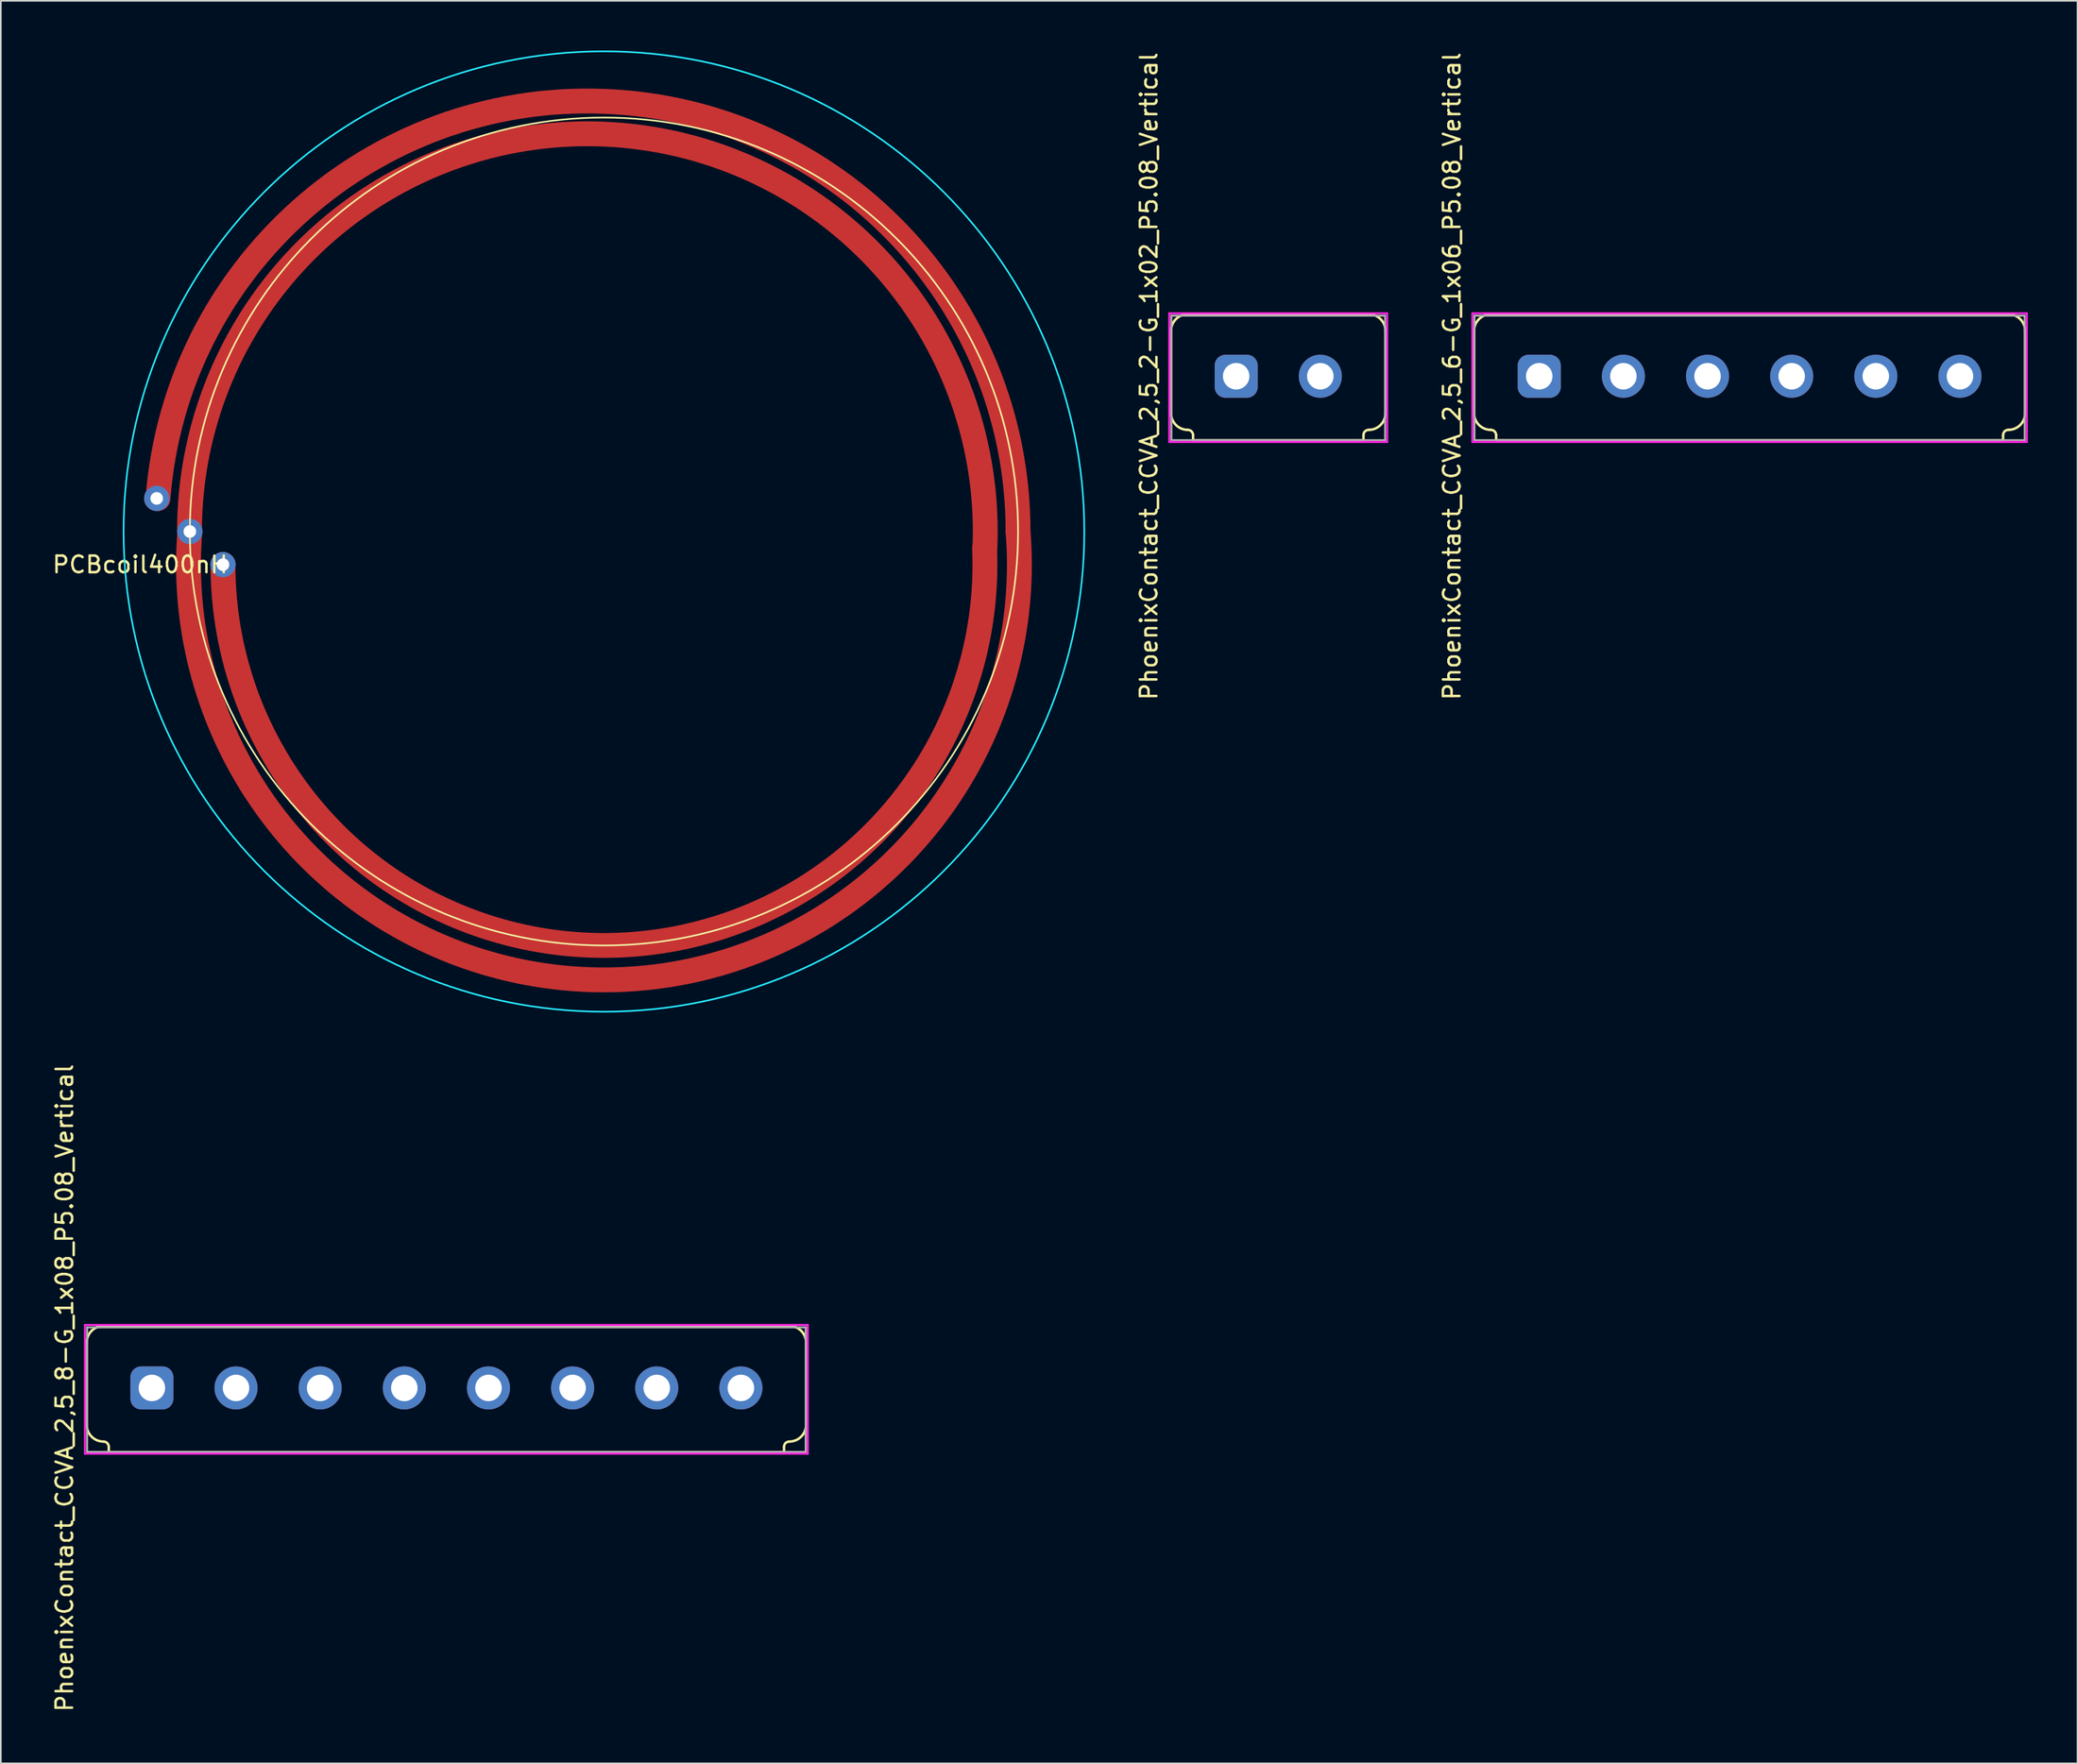
<source format=kicad_pcb>
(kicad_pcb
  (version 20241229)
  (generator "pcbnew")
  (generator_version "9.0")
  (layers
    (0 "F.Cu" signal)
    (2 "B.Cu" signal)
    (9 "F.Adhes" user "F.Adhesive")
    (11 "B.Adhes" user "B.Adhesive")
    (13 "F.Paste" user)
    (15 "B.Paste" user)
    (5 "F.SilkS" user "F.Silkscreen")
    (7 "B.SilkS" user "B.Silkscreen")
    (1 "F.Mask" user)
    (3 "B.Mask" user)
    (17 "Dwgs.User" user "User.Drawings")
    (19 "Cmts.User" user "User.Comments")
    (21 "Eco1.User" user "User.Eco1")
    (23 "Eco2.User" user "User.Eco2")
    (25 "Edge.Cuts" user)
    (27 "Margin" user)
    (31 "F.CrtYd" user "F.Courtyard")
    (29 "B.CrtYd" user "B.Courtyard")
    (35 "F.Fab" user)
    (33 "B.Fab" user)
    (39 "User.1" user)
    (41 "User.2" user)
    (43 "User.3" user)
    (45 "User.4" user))
  (footprint "PhoenixContact_CCVA_2,5_8-G_1x08_P5.08_Vertical"
    (layer "F.Cu")
    (at 6.119 80.773)
    (property "Reference" "PhoenixContact_CCVA_2,5_8-G_1x08_P5.08_Vertical" (at -5.271 0 90) (layer "F.SilkS") (effects (font (size 1 1) (thickness 0.15))))
    (attr smd)
    (fp_line (start -3.937 -2.731) (end -3.937 2.223) (stroke (width 0.15) (type solid)) (layer "F.SilkS"))
    (fp_line (start -2.603 3.556) (end -2.603 3.873) (stroke (width 0.15) (type solid)) (layer "F.SilkS"))
    (fp_line (start -2.603 3.873) (end 38.163 3.873) (stroke (width 0.15) (type solid)) (layer "F.SilkS"))
    (fp_line (start 38.163 3.556) (end 38.163 3.873) (stroke (width 0.15) (type solid)) (layer "F.SilkS"))
    (fp_line (start 38.481 -3.747) (end -2.921 -3.747) (stroke (width 0.15) (type solid)) (layer "F.SilkS"))
    (fp_line (start 39.497 2.223) (end 39.497 -2.731) (stroke (width 0.15) (type solid)) (layer "F.SilkS"))
    (fp_arc (start -3.937 -2.7305) (mid -3.63942 -3.44892) (end -2.921 -3.7465) (stroke (width 0.15) (type solid)) (layer "F.SilkS"))
    (fp_arc (start -2.921 3.2385) (mid -3.63942 2.94092) (end -3.937 2.2225) (stroke (width 0.15) (type solid)) (layer "F.SilkS"))
    (fp_arc (start -2.921 3.2385) (mid -2.696494 3.331494) (end -2.6035 3.556) (stroke (width 0.15) (type solid)) (layer "F.SilkS"))
    (fp_arc (start 38.1635 3.556) (mid 38.256494 3.331494) (end 38.481 3.2385) (stroke (width 0.15) (type solid)) (layer "F.SilkS"))
    (fp_arc (start 38.481 -3.7465) (mid 39.19942 -3.44892) (end 39.497 -2.7305) (stroke (width 0.15) (type solid)) (layer "F.SilkS"))
    (fp_arc (start 39.497 2.2225) (mid 39.19942 2.94092) (end 38.481 3.2385) (stroke (width 0.15) (type solid)) (layer "F.SilkS"))
    (fp_line (start -4.04 -3.802) (end 39.597 -3.802) (stroke (width 0.12) (type solid)) (layer "F.CrtYd"))
    (fp_line (start -4.04 3.97) (end -4.04 -3.802) (stroke (width 0.12) (type solid)) (layer "F.CrtYd"))
    (fp_line (start 39.597 -3.802) (end 39.597 3.97) (stroke (width 0.12) (type solid)) (layer "F.CrtYd"))
    (fp_line (start 39.597 3.97) (end -4.04 3.97) (stroke (width 0.12) (type solid)) (layer "F.CrtYd"))
    (fp_line (start -3.912 -3.658) (end -3.912 3.861) (stroke (width 0.12) (type solid)) (layer "F.Fab"))
    (fp_line (start -3.912 3.861) (end 39.472 3.861) (stroke (width 0.12) (type solid)) (layer "F.Fab"))
    (fp_line (start 39.472 -3.658) (end -3.912 -3.658) (stroke (width 0.12) (type solid)) (layer "F.Fab"))
    (fp_line (start 39.472 3.861) (end 39.472 -3.658) (stroke (width 0.12) (type solid)) (layer "F.Fab"))
    (pad "1" thru_hole roundrect (at 0 0) (size 2.6 2.6) (drill 1.6) (layers "*.Cu" "*.Mask" "F.Paste") (roundrect_rratio 0.25))
    (pad "2" thru_hole circle (at 5.08 0) (size 2.6 2.6) (drill 1.6) (layers "*.Cu" "*.Mask" "F.Paste"))
    (pad "3" thru_hole circle (at 10.16 0) (size 2.6 2.6) (drill 1.6) (layers "*.Cu" "*.Mask" "F.Paste"))
    (pad "4" thru_hole circle (at 15.24 0) (size 2.6 2.6) (drill 1.6) (layers "*.Cu" "*.Mask" "F.Paste"))
    (pad "5" thru_hole circle (at 20.32 0) (size 2.6 2.6) (drill 1.6) (layers "*.Cu" "*.Mask" "F.Paste"))
    (pad "6" thru_hole circle (at 25.4 0) (size 2.6 2.6) (drill 1.6) (layers "*.Cu" "*.Mask" "F.Paste"))
    (pad "7" thru_hole circle (at 30.48 0) (size 2.6 2.6) (drill 1.6) (layers "*.Cu" "*.Mask" "F.Paste"))
    (pad "8" thru_hole circle (at 35.56 0) (size 2.6 2.6) (drill 1.6) (layers "*.Cu" "*.Mask" "F.Paste")))
  (footprint "PCBcoil400nH"
    (layer "F.Cu")
    (at 8.411 29.05)
    (property "Reference" "PCBcoil400nH" (at -3 2 0) (layer "F.SilkS") (effects (font (size 1 1) (thickness 0.15))))
    (attr through_hole)
    (fp_arc (start -1.923417 -1.994109) (mid 24.99779 -25.980847) (end 50 0) (stroke (width 1.5) (type solid)) (layer "F.Cu"))
    (fp_arc (start -0.020824 0) (mid 24.500108 -24.015617) (end 48 1) (stroke (width 1.5) (type solid)) (layer "F.Cu"))
    (fp_arc (start 47.978292 1.000944) (mid 25.499646 24.994573) (end 2 2) (stroke (width 1.5) (type solid)) (layer "F.Cu"))
    (fp_arc (start 50 0) (mid 25 27.079872) (end 0 0) (stroke (width 1.5) (type solid)) (layer "F.Cu"))
    (fp_circle (center 25 0) (end 0 0) (stroke (width 0.1) (type solid)) (fill no) (layer "F.SilkS"))
    (fp_circle (center 25 0) (end 54 0) (stroke (width 0.1) (type solid)) (fill no) (layer "B.CrtYd"))
    (pad "1" thru_hole circle (at 2 2) (size 1.524 1.524) (drill 0.762) (layers "*.Cu" "*.Mask"))
    (pad "2" thru_hole circle (at 0 0) (size 1.524 1.524) (drill 0.762) (layers "*.Cu" "*.Mask"))
    (pad "3" thru_hole circle (at -2 -2) (size 1.524 1.524) (drill 0.762) (layers "*.Cu" "*.Mask")))
  (footprint "PhoenixContact_CCVA_2,5_6-G_1x06_P5.08_Vertical"
    (layer "F.Cu")
    (at 89.875 19.673)
    (property "Reference" "PhoenixContact_CCVA_2,5_6-G_1x06_P5.08_Vertical" (at -5.271 0 90) (layer "F.SilkS") (effects (font (size 1 1) (thickness 0.15))))
    (attr smd)
    (fp_line (start -3.937 -2.731) (end -3.937 2.223) (stroke (width 0.15) (type solid)) (layer "F.SilkS"))
    (fp_line (start -2.603 3.556) (end -2.603 3.873) (stroke (width 0.15) (type solid)) (layer "F.SilkS"))
    (fp_line (start -2.603 3.873) (end 28.003 3.873) (stroke (width 0.15) (type solid)) (layer "F.SilkS"))
    (fp_line (start 28.003 3.556) (end 28.003 3.873) (stroke (width 0.15) (type solid)) (layer "F.SilkS"))
    (fp_line (start 28.321 -3.747) (end -2.921 -3.747) (stroke (width 0.15) (type solid)) (layer "F.SilkS"))
    (fp_line (start 29.337 2.223) (end 29.337 -2.731) (stroke (width 0.15) (type solid)) (layer "F.SilkS"))
    (fp_arc (start -3.937 -2.7305) (mid -3.63942 -3.44892) (end -2.921 -3.7465) (stroke (width 0.15) (type solid)) (layer "F.SilkS"))
    (fp_arc (start -2.921 3.2385) (mid -3.63942 2.94092) (end -3.937 2.2225) (stroke (width 0.15) (type solid)) (layer "F.SilkS"))
    (fp_arc (start -2.921 3.2385) (mid -2.696494 3.331494) (end -2.6035 3.556) (stroke (width 0.15) (type solid)) (layer "F.SilkS"))
    (fp_arc (start 28.0035 3.556) (mid 28.096494 3.331494) (end 28.321 3.2385) (stroke (width 0.15) (type solid)) (layer "F.SilkS"))
    (fp_arc (start 28.321 -3.7465) (mid 29.03942 -3.44892) (end 29.337 -2.7305) (stroke (width 0.15) (type solid)) (layer "F.SilkS"))
    (fp_arc (start 29.337 2.2225) (mid 29.03942 2.94092) (end 28.321 3.2385) (stroke (width 0.15) (type solid)) (layer "F.SilkS"))
    (fp_line (start -4.04 -3.802) (end 29.437 -3.802) (stroke (width 0.12) (type solid)) (layer "F.CrtYd"))
    (fp_line (start -4.04 3.97) (end -4.04 -3.802) (stroke (width 0.12) (type solid)) (layer "F.CrtYd"))
    (fp_line (start 29.437 -3.802) (end 29.437 3.97) (stroke (width 0.12) (type solid)) (layer "F.CrtYd"))
    (fp_line (start 29.437 3.97) (end -4.04 3.97) (stroke (width 0.12) (type solid)) (layer "F.CrtYd"))
    (fp_line (start -3.912 -3.658) (end -3.912 3.861) (stroke (width 0.12) (type solid)) (layer "F.Fab"))
    (fp_line (start -3.912 3.861) (end 29.312 3.861) (stroke (width 0.12) (type solid)) (layer "F.Fab"))
    (fp_line (start 29.312 -3.658) (end -3.912 -3.658) (stroke (width 0.12) (type solid)) (layer "F.Fab"))
    (fp_line (start 29.312 3.861) (end 29.312 -3.658) (stroke (width 0.12) (type solid)) (layer "F.Fab"))
    (pad "1" thru_hole roundrect (at 0 0) (size 2.6 2.6) (drill 1.6) (layers "*.Cu" "*.Mask" "F.Paste") (roundrect_rratio 0.25))
    (pad "2" thru_hole circle (at 5.08 0) (size 2.6 2.6) (drill 1.6) (layers "*.Cu" "*.Mask" "F.Paste"))
    (pad "3" thru_hole circle (at 10.16 0) (size 2.6 2.6) (drill 1.6) (layers "*.Cu" "*.Mask" "F.Paste"))
    (pad "4" thru_hole circle (at 15.24 0) (size 2.6 2.6) (drill 1.6) (layers "*.Cu" "*.Mask" "F.Paste"))
    (pad "5" thru_hole circle (at 20.32 0) (size 2.6 2.6) (drill 1.6) (layers "*.Cu" "*.Mask" "F.Paste"))
    (pad "6" thru_hole circle (at 25.4 0) (size 2.6 2.6) (drill 1.6) (layers "*.Cu" "*.Mask" "F.Paste")))
  (footprint "PhoenixContact_CCVA_2,5_2-G_1x02_P5.08_Vertical"
    (layer "F.Cu")
    (at 71.579 19.673)
    (property "Reference" "PhoenixContact_CCVA_2,5_2-G_1x02_P5.08_Vertical" (at -5.271 0 90) (layer "F.SilkS") (effects (font (size 1 1) (thickness 0.15))))
    (attr smd)
    (fp_line (start -3.937 -2.731) (end -3.937 2.223) (stroke (width 0.15) (type solid)) (layer "F.SilkS"))
    (fp_line (start -2.603 3.556) (end -2.603 3.873) (stroke (width 0.15) (type solid)) (layer "F.SilkS"))
    (fp_line (start -2.603 3.873) (end 7.684 3.873) (stroke (width 0.15) (type solid)) (layer "F.SilkS"))
    (fp_line (start 7.684 3.556) (end 7.684 3.873) (stroke (width 0.15) (type solid)) (layer "F.SilkS"))
    (fp_line (start 8.001 -3.747) (end -2.921 -3.747) (stroke (width 0.15) (type solid)) (layer "F.SilkS"))
    (fp_line (start 9.017 2.223) (end 9.017 -2.731) (stroke (width 0.15) (type solid)) (layer "F.SilkS"))
    (fp_arc (start -3.937 -2.7305) (mid -3.63942 -3.44892) (end -2.921 -3.7465) (stroke (width 0.15) (type solid)) (layer "F.SilkS"))
    (fp_arc (start -2.921 3.2385) (mid -3.63942 2.94092) (end -3.937 2.2225) (stroke (width 0.15) (type solid)) (layer "F.SilkS"))
    (fp_arc (start -2.921 3.2385) (mid -2.696494 3.331494) (end -2.6035 3.556) (stroke (width 0.15) (type solid)) (layer "F.SilkS"))
    (fp_arc (start 7.6835 3.556) (mid 7.776494 3.331494) (end 8.001 3.2385) (stroke (width 0.15) (type solid)) (layer "F.SilkS"))
    (fp_arc (start 8.001 -3.7465) (mid 8.71942 -3.44892) (end 9.017 -2.7305) (stroke (width 0.15) (type solid)) (layer "F.SilkS"))
    (fp_arc (start 9.017 2.2225) (mid 8.71942 2.94092) (end 8.001 3.2385) (stroke (width 0.15) (type solid)) (layer "F.SilkS"))
    (fp_line (start -4.04 -3.802) (end 9.117 -3.802) (stroke (width 0.12) (type solid)) (layer "F.CrtYd"))
    (fp_line (start -4.04 3.97) (end -4.04 -3.802) (stroke (width 0.12) (type solid)) (layer "F.CrtYd"))
    (fp_line (start 9.117 -3.802) (end 9.117 3.97) (stroke (width 0.12) (type solid)) (layer "F.CrtYd"))
    (fp_line (start 9.117 3.97) (end -4.04 3.97) (stroke (width 0.12) (type solid)) (layer "F.CrtYd"))
    (fp_line (start -3.912 -3.658) (end -3.912 3.861) (stroke (width 0.12) (type solid)) (layer "F.Fab"))
    (fp_line (start -3.912 3.861) (end 8.992 3.861) (stroke (width 0.12) (type solid)) (layer "F.Fab"))
    (fp_line (start 8.992 -3.658) (end -3.912 -3.658) (stroke (width 0.12) (type solid)) (layer "F.Fab"))
    (fp_line (start 8.992 3.861) (end 8.992 -3.658) (stroke (width 0.12) (type solid)) (layer "F.Fab"))
    (pad "1" thru_hole roundrect (at 0 0) (size 2.6 2.6) (drill 1.6) (layers "*.Cu" "*.Mask" "F.Paste") (roundrect_rratio 0.25))
    (pad "2" thru_hole circle (at 5.08 0) (size 2.6 2.6) (drill 1.6) (layers "*.Cu" "*.Mask" "F.Paste")))
  (gr_rect
    (start -3 -3)
    (end 122.373 103.445)
    (stroke (width 0.1) (type default))
    (fill no)
    (layer "Edge.Cuts")))
</source>
